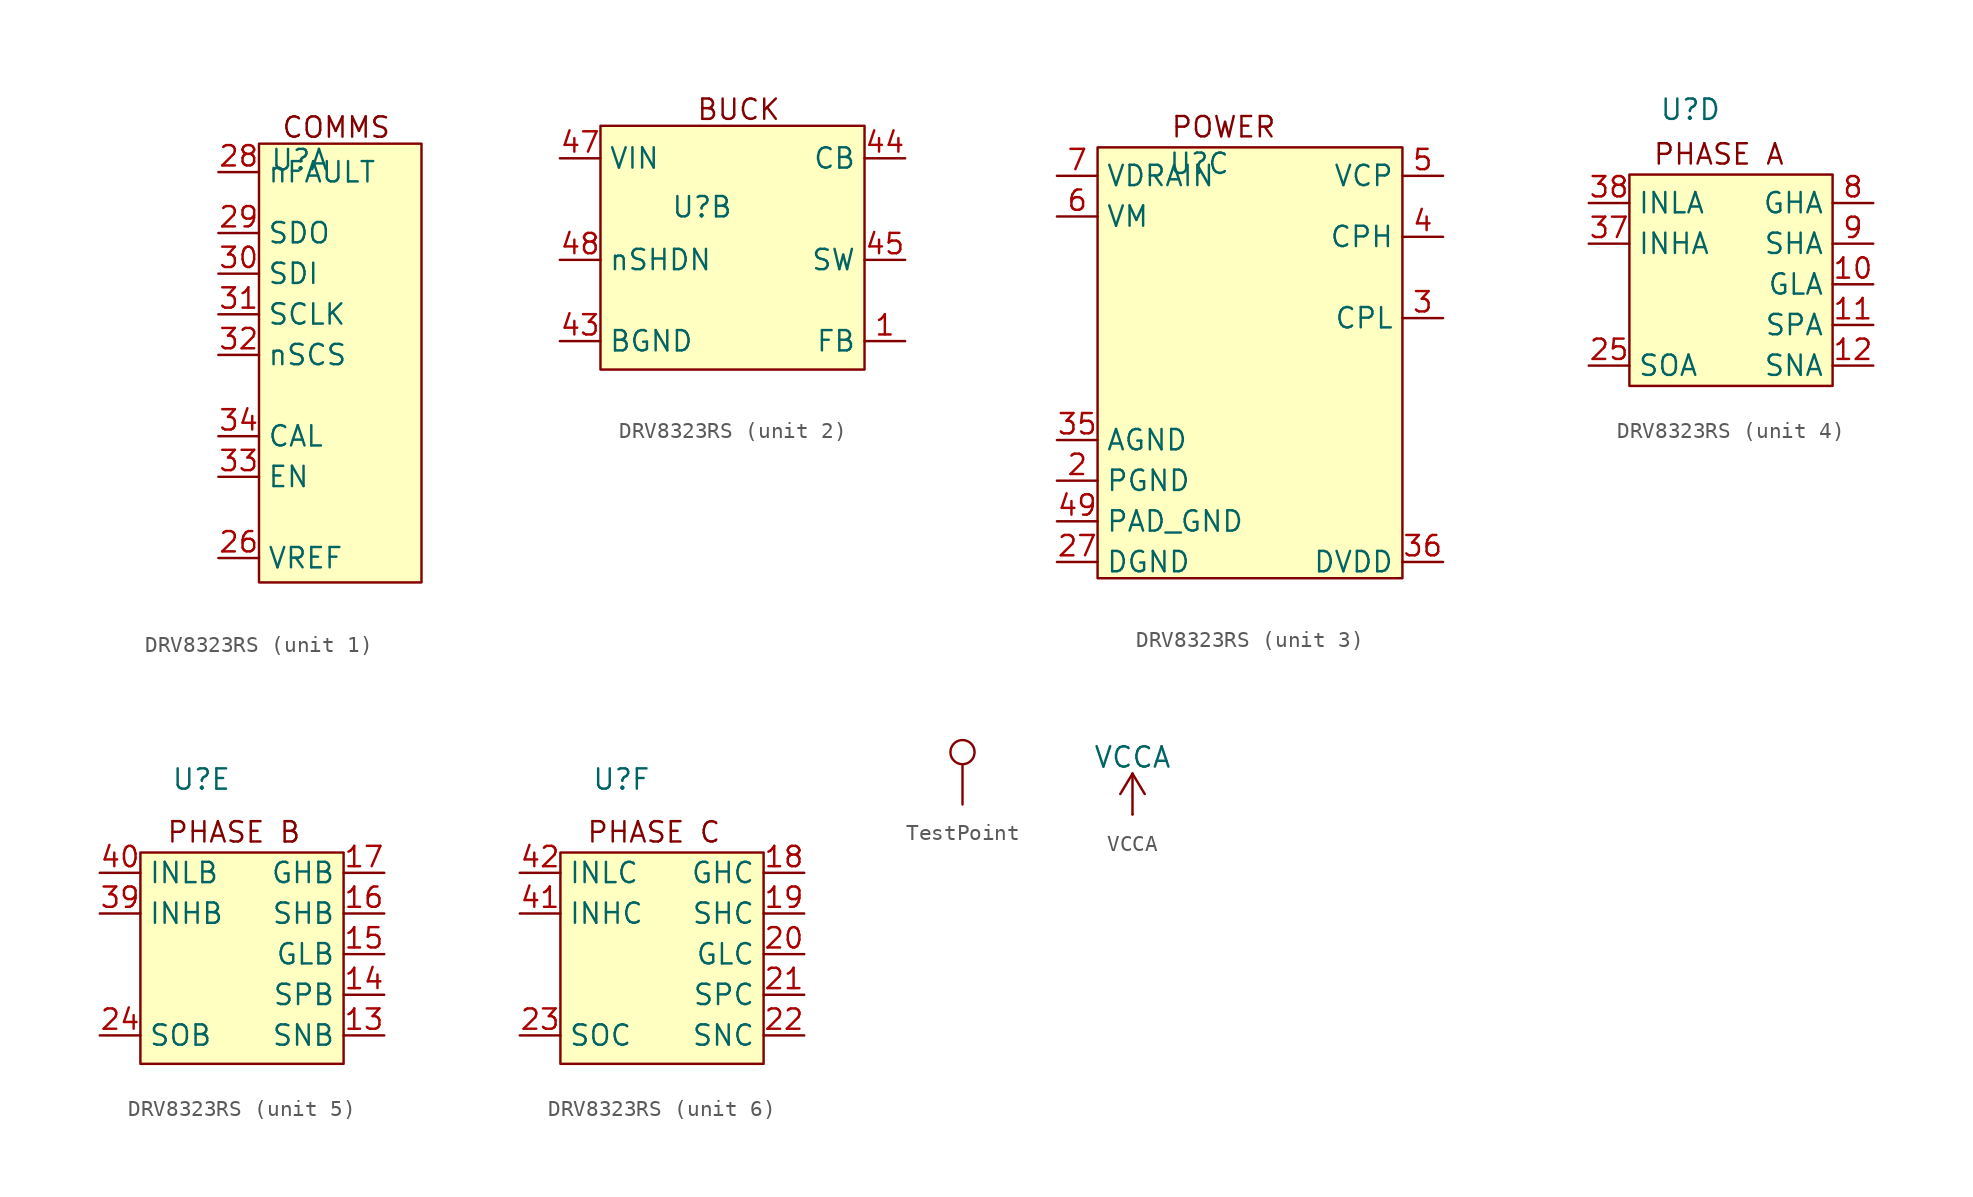
<source format=kicad_sym>
(kicad_symbol_lib
  (version 20241209)
  (generator "kicad_symbol_editor")
  (generator_version "9.0")
  (symbol "DRV8323RS"
    (property "Reference" "U"
      (at -2.54 10.922 0)
      (effects (font (size 1.27 1.27))))
    (property "Value" ""
      (at 0 0 0)
      (effects (font (size 1.27 1.27))))
    (property "ki_locked" ""
      (at 0 0 0)
      (effects (font (size 1.27 1.27))))
    (symbol "DRV8323RS_1_0"
      (pin no_connect line (at -12.7 -1.27 180) (length 2.54) (hide yes) (name "NC" (effects (font (size 1.27 1.27)))) (number "46" (effects (font (size 1.27 1.27)))))
      (pin unspecified line (at -7.62 10.16 0) (length 2.54) (name "nFAULT" (effects (font (size 1.27 1.27)))) (number "28" (effects (font (size 1.27 1.27)))))
      (pin unspecified line (at -7.62 6.35 0) (length 2.54) (name "SDO" (effects (font (size 1.27 1.27)))) (number "29" (effects (font (size 1.27 1.27)))))
      (pin unspecified line (at -7.62 3.81 0) (length 2.54) (name "SDI" (effects (font (size 1.27 1.27)))) (number "30" (effects (font (size 1.27 1.27)))))
      (pin unspecified line (at -7.62 1.27 0) (length 2.54) (name "SCLK" (effects (font (size 1.27 1.27)))) (number "31" (effects (font (size 1.27 1.27)))))
      (pin unspecified line (at -7.62 -1.27 0) (length 2.54) (name "nSCS" (effects (font (size 1.27 1.27)))) (number "32" (effects (font (size 1.27 1.27)))))
      (pin unspecified line (at -7.62 -6.35 0) (length 2.54) (name "CAL" (effects (font (size 1.27 1.27)))) (number "34" (effects (font (size 1.27 1.27)))))
      (pin unspecified line (at -7.62 -8.89 0) (length 2.54) (name "EN" (effects (font (size 1.27 1.27)))) (number "33" (effects (font (size 1.27 1.27)))))
      (pin unspecified line (at -7.62 -13.97 0) (length 2.54) (name "VREF" (effects (font (size 1.27 1.27)))) (number "26" (effects (font (size 1.27 1.27))))))
    (symbol "DRV8323RS_1_1"
      (rectangle (start -5.08 11.938) (end 5.08 -15.494) (stroke (width 0) (type solid)) (fill (type background)))
      (text "COMMS\n" (at -0.254 12.954 0) (effects (font (size 1.27 1.27)))))
    (symbol "DRV8323RS_2_0"
      (pin unspecified line (at -11.43 13.97 0) (length 2.54) (name "VIN" (effects (font (size 1.27 1.27)))) (number "47" (effects (font (size 1.27 1.27)))))
      (pin unspecified line (at -11.43 7.62 0) (length 2.54) (name "nSHDN" (effects (font (size 1.27 1.27)))) (number "48" (effects (font (size 1.27 1.27)))))
      (pin unspecified line (at -11.43 2.54 0) (length 2.54) (name "BGND" (effects (font (size 1.27 1.27)))) (number "43" (effects (font (size 1.27 1.27)))))
      (pin unspecified line (at 10.16 13.97 180) (length 2.54) (name "CB" (effects (font (size 1.27 1.27)))) (number "44" (effects (font (size 1.27 1.27)))))
      (pin unspecified line (at 10.16 7.62 180) (length 2.54) (name "SW" (effects (font (size 1.27 1.27)))) (number "45" (effects (font (size 1.27 1.27)))))
      (pin unspecified line (at 10.16 2.54 180) (length 2.54) (name "FB" (effects (font (size 1.27 1.27)))) (number "1" (effects (font (size 1.27 1.27))))))
    (symbol "DRV8323RS_2_1"
      (rectangle (start -8.89 16.002) (end 7.62 0.762) (stroke (width 0) (type solid)) (fill (type background)))
      (text "BUCK" (at -0.254 17.018 0) (effects (font (size 1.27 1.27)))))
    (symbol "DRV8323RS_3_0"
      (pin unspecified line (at -11.43 10.16 0) (length 2.54) (name "VDRAIN" (effects (font (size 1.27 1.27)))) (number "7" (effects (font (size 1.27 1.27)))))
      (pin unspecified line (at -11.43 7.62 0) (length 2.54) (name "VM" (effects (font (size 1.27 1.27)))) (number "6" (effects (font (size 1.27 1.27)))))
      (pin unspecified line (at -11.43 -6.35 0) (length 2.54) (name "AGND" (effects (font (size 1.27 1.27)))) (number "35" (effects (font (size 1.27 1.27)))))
      (pin unspecified line (at -11.43 -8.89 0) (length 2.54) (name "PGND" (effects (font (size 1.27 1.27)))) (number "2" (effects (font (size 1.27 1.27)))))
      (pin unspecified line (at -11.43 -11.43 0) (length 2.54) (name "PAD_GND" (effects (font (size 1.27 1.27)))) (number "49" (effects (font (size 1.27 1.27)))))
      (pin unspecified line (at -11.43 -13.97 0) (length 2.54) (name "DGND" (effects (font (size 1.27 1.27)))) (number "27" (effects (font (size 1.27 1.27)))))
      (pin unspecified line (at 12.7 10.16 180) (length 2.54) (name "VCP" (effects (font (size 1.27 1.27)))) (number "5" (effects (font (size 1.27 1.27)))))
      (pin unspecified line (at 12.7 6.35 180) (length 2.54) (name "CPH" (effects (font (size 1.27 1.27)))) (number "4" (effects (font (size 1.27 1.27)))))
      (pin unspecified line (at 12.7 1.27 180) (length 2.54) (name "CPL" (effects (font (size 1.27 1.27)))) (number "3" (effects (font (size 1.27 1.27)))))
      (pin unspecified line (at 12.7 -13.97 180) (length 2.54) (name "DVDD" (effects (font (size 1.27 1.27)))) (number "36" (effects (font (size 1.27 1.27))))))
    (symbol "DRV8323RS_3_1"
      (rectangle (start -8.89 11.938) (end 10.16 -14.986) (stroke (width 0) (type solid)) (fill (type background)))
      (text "POWER" (at -1.016 13.208 0) (effects (font (size 1.27 1.27)))))
    (symbol "DRV8323RS_4_0"
      (pin unspecified line (at -8.89 5.08 0) (length 2.54) (name "INLA" (effects (font (size 1.27 1.27)))) (number "38" (effects (font (size 1.27 1.27)))))
      (pin unspecified line (at -8.89 2.54 0) (length 2.54) (name "INHA" (effects (font (size 1.27 1.27)))) (number "37" (effects (font (size 1.27 1.27)))))
      (pin unspecified line (at -8.89 -5.08 0) (length 2.54) (name "SOA" (effects (font (size 1.27 1.27)))) (number "25" (effects (font (size 1.27 1.27)))))
      (pin unspecified line (at 8.89 5.08 180) (length 2.54) (name "GHA" (effects (font (size 1.27 1.27)))) (number "8" (effects (font (size 1.27 1.27)))))
      (pin unspecified line (at 8.89 2.54 180) (length 2.54) (name "SHA" (effects (font (size 1.27 1.27)))) (number "9" (effects (font (size 1.27 1.27)))))
      (pin unspecified line (at 8.89 0 180) (length 2.54) (name "GLA" (effects (font (size 1.27 1.27)))) (number "10" (effects (font (size 1.27 1.27)))))
      (pin unspecified line (at 8.89 -2.54 180) (length 2.54) (name "SPA" (effects (font (size 1.27 1.27)))) (number "11" (effects (font (size 1.27 1.27)))))
      (pin unspecified line (at 8.89 -5.08 180) (length 2.54) (name "SNA" (effects (font (size 1.27 1.27)))) (number "12" (effects (font (size 1.27 1.27))))))
    (symbol "DRV8323RS_4_1"
      (rectangle (start -6.35 6.858) (end 6.35 -6.35) (stroke (width 0) (type solid)) (fill (type background)))
      (text "PHASE A" (at -0.762 8.128 0) (effects (font (size 1.27 1.27)))))
    (symbol "DRV8323RS_5_0"
      (pin unspecified line (at -8.89 5.08 0) (length 2.54) (name "INLB" (effects (font (size 1.27 1.27)))) (number "40" (effects (font (size 1.27 1.27)))))
      (pin unspecified line (at -8.89 2.54 0) (length 2.54) (name "INHB" (effects (font (size 1.27 1.27)))) (number "39" (effects (font (size 1.27 1.27)))))
      (pin unspecified line (at -8.89 -5.08 0) (length 2.54) (name "SOB" (effects (font (size 1.27 1.27)))) (number "24" (effects (font (size 1.27 1.27)))))
      (pin unspecified line (at 8.89 5.08 180) (length 2.54) (name "GHB" (effects (font (size 1.27 1.27)))) (number "17" (effects (font (size 1.27 1.27)))))
      (pin unspecified line (at 8.89 2.54 180) (length 2.54) (name "SHB" (effects (font (size 1.27 1.27)))) (number "16" (effects (font (size 1.27 1.27)))))
      (pin unspecified line (at 8.89 0 180) (length 2.54) (name "GLB" (effects (font (size 1.27 1.27)))) (number "15" (effects (font (size 1.27 1.27)))))
      (pin unspecified line (at 8.89 -2.54 180) (length 2.54) (name "SPB" (effects (font (size 1.27 1.27)))) (number "14" (effects (font (size 1.27 1.27)))))
      (pin unspecified line (at 8.89 -5.08 180) (length 2.54) (name "SNB" (effects (font (size 1.27 1.27)))) (number "13" (effects (font (size 1.27 1.27))))))
    (symbol "DRV8323RS_5_1"
      (rectangle (start -6.35 6.35) (end 6.35 -6.858) (stroke (width 0) (type solid)) (fill (type background)))
      (text "PHASE B" (at -0.508 7.62 0) (effects (font (size 1.27 1.27)))))
    (symbol "DRV8323RS_6_0"
      (pin unspecified line (at -8.89 5.08 0) (length 2.54) (name "INLC" (effects (font (size 1.27 1.27)))) (number "42" (effects (font (size 1.27 1.27)))))
      (pin unspecified line (at -8.89 2.54 0) (length 2.54) (name "INHC" (effects (font (size 1.27 1.27)))) (number "41" (effects (font (size 1.27 1.27)))))
      (pin unspecified line (at -8.89 -5.08 0) (length 2.54) (name "SOC" (effects (font (size 1.27 1.27)))) (number "23" (effects (font (size 1.27 1.27)))))
      (pin unspecified line (at 8.89 5.08 180) (length 2.54) (name "GHC" (effects (font (size 1.27 1.27)))) (number "18" (effects (font (size 1.27 1.27)))))
      (pin unspecified line (at 8.89 2.54 180) (length 2.54) (name "SHC" (effects (font (size 1.27 1.27)))) (number "19" (effects (font (size 1.27 1.27)))))
      (pin unspecified line (at 8.89 0 180) (length 2.54) (name "GLC" (effects (font (size 1.27 1.27)))) (number "20" (effects (font (size 1.27 1.27)))))
      (pin unspecified line (at 8.89 -2.54 180) (length 2.54) (name "SPC" (effects (font (size 1.27 1.27)))) (number "21" (effects (font (size 1.27 1.27)))))
      (pin unspecified line (at 8.89 -5.08 180) (length 2.54) (name "SNC" (effects (font (size 1.27 1.27)))) (number "22" (effects (font (size 1.27 1.27))))))
    (symbol "DRV8323RS_6_1"
      (rectangle (start -6.35 6.35) (end 6.35 -6.858) (stroke (width 0) (type solid)) (fill (type background)))
      (text "PHASE C" (at -0.508 7.62 0) (effects (font (size 1.27 1.27))))))
  (symbol "TestPoint"
    (pin_numbers
      (hide yes))
    (pin_names
      (offset 0.762)
      (hide yes))
    (property "Reference" "TP"
      (at 0 6.858 0)
      (effects (font (size 1.27 1.27)) (hide yes)))
    (symbol "TestPoint_0_1"
      (circle (center 0 3.302) (radius 0.762) (stroke (width 0) (type default)) (fill (type none))))
    (symbol "TestPoint_1_1"
      (pin passive line (at 0 0 90) (length 2.54) (name "1" (effects (font (size 1.27 1.27)))) (number "1" (effects (font (size 1.27 1.27)))))))
  (symbol "VCCA"
    (power)
    (pin_numbers
      (hide yes))
    (pin_names
      (offset 0)
      (hide yes))
    (property "Reference" "#PWR"
      (at 0 -3.81 0)
      (effects (font (size 1.27 1.27)) (hide yes)))
    (property "Value" "VCCA"
      (at 0 3.556 0)
      (effects (font (size 1.27 1.27))))
    (symbol "VCCA_0_1"
      (polyline (pts (xy -0.762 1.27) (xy 0 2.54)) (stroke (width 0) (type default)) (fill (type none)))
      (polyline (pts (xy 0 2.54) (xy 0.762 1.27)) (stroke (width 0) (type default)) (fill (type none)))
      (polyline (pts (xy 0 0) (xy 0 2.54)) (stroke (width 0) (type default)) (fill (type none))))
    (symbol "VCCA_1_1"
      (pin power_in line (at 0 0 90) (length 0) (name "~" (effects (font (size 1.27 1.27)))) (number "1" (effects (font (size 1.27 1.27))))))))
</source>
